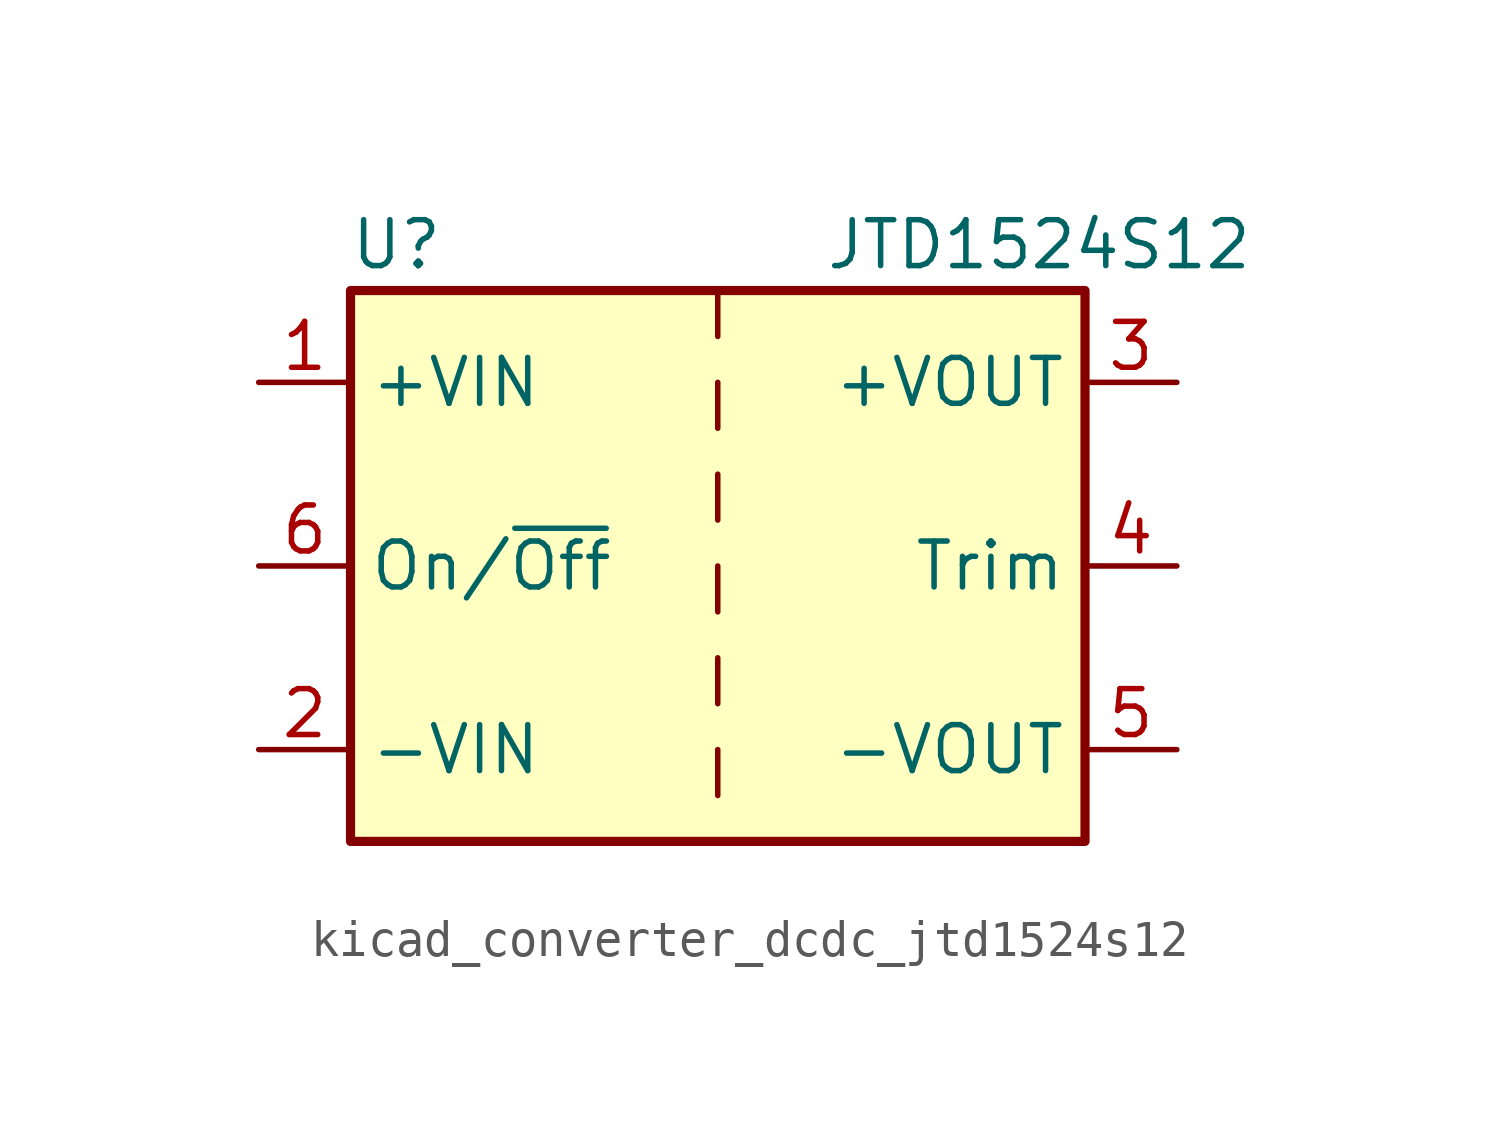
<source format=kicad_sym>
(kicad_symbol_lib
  (version 20220914)
  (generator kicad_symbol_editor)
  (symbol "kicad_converter_dcdc_jtd1524s12"
    (property "Reference" "U"
      (at -8.89 8.89 0)
      (effects (font (size 1.27 1.27))))
    (property "Value" "JTD1524S12"
      (at 8.89 8.89 0)
      (effects (font (size 1.27 1.27))))
    (symbol "kicad_converter_dcdc_jtd1524s12_0_1"
      (rectangle (start -10.16 7.62) (end 10.16 -7.62) (stroke (width 0.254) (type default)) (fill (type background)))
      (polyline (pts (xy 0 -5.08) (xy 0 -6.35)) (stroke (width 0) (type default)) (fill (type none)))
      (polyline (pts (xy 0 -2.54) (xy 0 -3.81)) (stroke (width 0) (type default)) (fill (type none)))
      (polyline (pts (xy 0 0) (xy 0 -1.27)) (stroke (width 0) (type default)) (fill (type none)))
      (polyline (pts (xy 0 2.54) (xy 0 1.27)) (stroke (width 0) (type default)) (fill (type none)))
      (polyline (pts (xy 0 5.08) (xy 0 3.81)) (stroke (width 0) (type default)) (fill (type none)))
      (polyline (pts (xy 0 7.62) (xy 0 6.35)) (stroke (width 0) (type default)) (fill (type none))))
    (symbol "kicad_converter_dcdc_jtd1524s12_1_1"
      (pin power_in line (at -12.7 5.08 0) (length 2.54) (name "+VIN" (effects (font (size 1.27 1.27)))) (number "1" (effects (font (size 1.27 1.27)))))
      (pin power_in line (at -12.7 -5.08 0) (length 2.54) (name "-VIN" (effects (font (size 1.27 1.27)))) (number "2" (effects (font (size 1.27 1.27)))))
      (pin power_out line (at 12.7 5.08 180) (length 2.54) (name "+VOUT" (effects (font (size 1.27 1.27)))) (number "3" (effects (font (size 1.27 1.27)))))
      (pin input line (at 12.7 0 180) (length 2.54) (name "Trim" (effects (font (size 1.27 1.27)))) (number "4" (effects (font (size 1.27 1.27)))))
      (pin power_out line (at 12.7 -5.08 180) (length 2.54) (name "-VOUT" (effects (font (size 1.27 1.27)))) (number "5" (effects (font (size 1.27 1.27)))))
      (pin input line (at -12.7 0 0) (length 2.54) (name "On/~{Off}" (effects (font (size 1.27 1.27)))) (number "6" (effects (font (size 1.27 1.27))))))))
</source>
